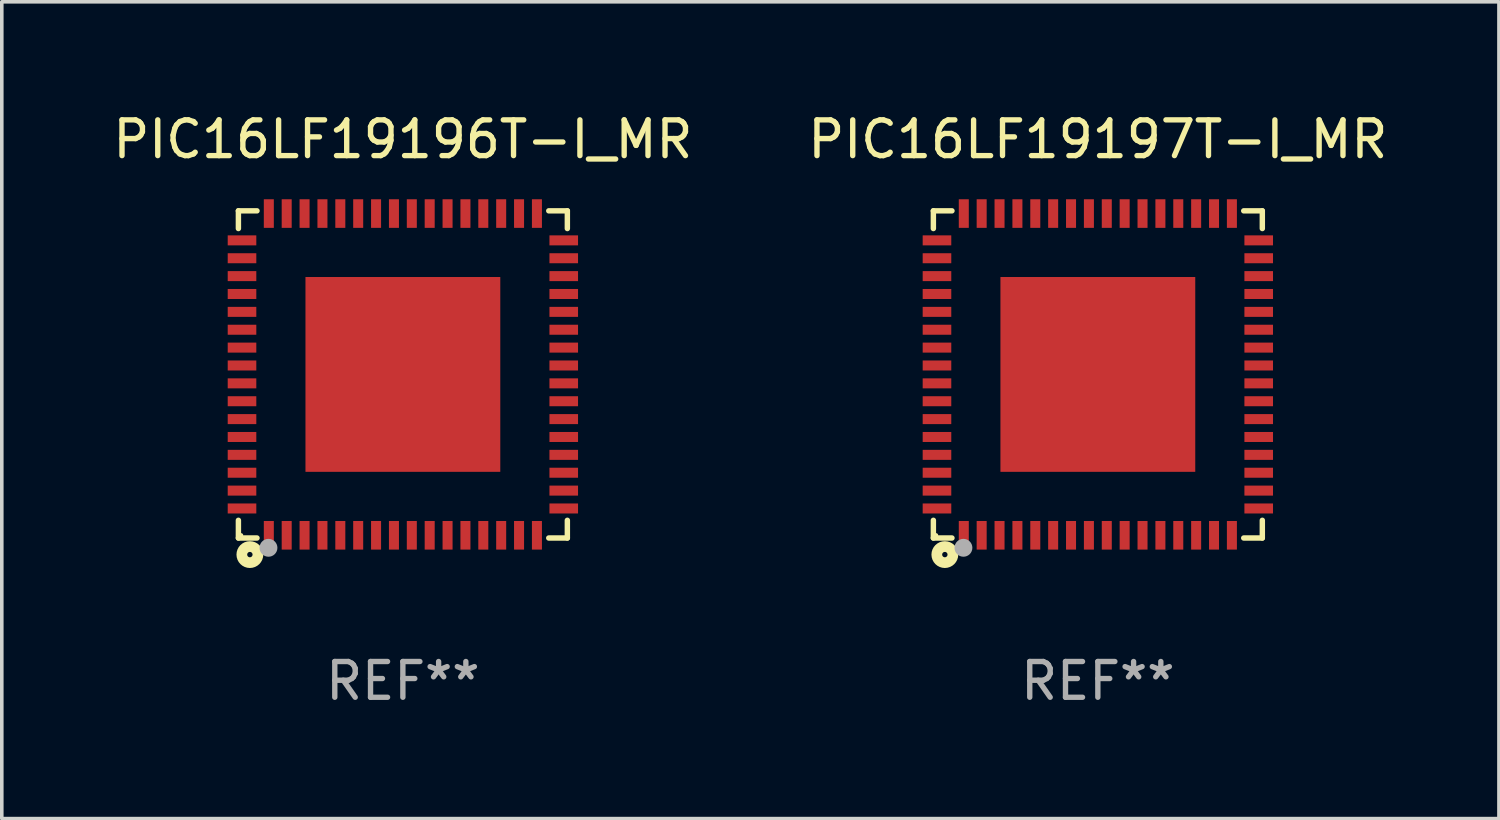
<source format=kicad_pcb>
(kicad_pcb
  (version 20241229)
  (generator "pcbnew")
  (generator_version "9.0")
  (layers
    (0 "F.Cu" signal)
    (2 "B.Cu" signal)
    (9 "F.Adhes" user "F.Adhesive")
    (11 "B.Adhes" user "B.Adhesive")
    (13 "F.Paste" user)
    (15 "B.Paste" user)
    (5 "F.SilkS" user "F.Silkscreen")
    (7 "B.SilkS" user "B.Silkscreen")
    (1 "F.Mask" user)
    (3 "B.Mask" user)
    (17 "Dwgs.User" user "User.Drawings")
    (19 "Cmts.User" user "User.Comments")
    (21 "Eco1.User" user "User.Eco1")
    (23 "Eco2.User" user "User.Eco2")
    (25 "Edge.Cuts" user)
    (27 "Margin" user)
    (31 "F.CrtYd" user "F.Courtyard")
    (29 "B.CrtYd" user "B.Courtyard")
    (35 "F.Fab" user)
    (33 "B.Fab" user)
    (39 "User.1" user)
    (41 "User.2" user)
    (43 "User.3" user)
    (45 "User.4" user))
  (footprint "PIC16LF19197T-I_MR"
    (layer "F.Cu")
    (at 27.661 7.424)
    (property "Reference" "PIC16LF19197T-I_MR" (at 0 -6.576 0) (layer "F.SilkS") (effects (font (size 1 1) (thickness 0.15))))
    (attr through_hole)
    (fp_line (start -4.601 -4.576) (end -4.081 -4.576) (stroke (width 0.152) (type solid)) (layer "F.SilkS"))
    (fp_line (start -4.601 -4.081) (end -4.601 -4.576) (stroke (width 0.152) (type solid)) (layer "F.SilkS"))
    (fp_line (start -4.601 4.081) (end -4.601 4.576) (stroke (width 0.152) (type solid)) (layer "F.SilkS"))
    (fp_line (start -4.601 4.576) (end -4.081 4.576) (stroke (width 0.152) (type solid)) (layer "F.SilkS"))
    (fp_line (start 4.601 -4.576) (end 4.081 -4.576) (stroke (width 0.152) (type solid)) (layer "F.SilkS"))
    (fp_line (start 4.601 -4.081) (end 4.601 -4.576) (stroke (width 0.152) (type solid)) (layer "F.SilkS"))
    (fp_line (start 4.601 4.081) (end 4.601 4.576) (stroke (width 0.152) (type solid)) (layer "F.SilkS"))
    (fp_line (start 4.601 4.576) (end 4.081 4.576) (stroke (width 0.152) (type solid)) (layer "F.SilkS"))
    (fp_circle (center -4.525 4.5) (end -4.495 4.5) (stroke (width 0.06) (type solid)) (fill no) (layer "F.SilkS"))
    (fp_circle (center -4.28 5.04) (end -4.205 5.04) (stroke (width 0.3) (type solid)) (fill no) (layer "F.SilkS"))
    (fp_circle (center -3.76 4.85) (end -3.635 4.85) (stroke (width 0.25) (type solid)) (fill no) (layer "F.Fab"))
    (fp_text user "REF**" (at 0 8.576 0) (layer "F.Fab") (effects (font (size 1 1) (thickness 0.15))))
    (pad "1" smd rect (at -3.75 4.5) (size 0.28 0.8) (layers "F.Cu" "F.Mask" "F.Paste"))
    (pad "2" smd rect (at -3.25 4.5) (size 0.28 0.8) (layers "F.Cu" "F.Mask" "F.Paste"))
    (pad "3" smd rect (at -2.75 4.5) (size 0.28 0.8) (layers "F.Cu" "F.Mask" "F.Paste"))
    (pad "4" smd rect (at -2.25 4.5) (size 0.28 0.8) (layers "F.Cu" "F.Mask" "F.Paste"))
    (pad "5" smd rect (at -1.75 4.5) (size 0.28 0.8) (layers "F.Cu" "F.Mask" "F.Paste"))
    (pad "6" smd rect (at -1.25 4.5) (size 0.28 0.8) (layers "F.Cu" "F.Mask" "F.Paste"))
    (pad "7" smd rect (at -0.75 4.5) (size 0.28 0.8) (layers "F.Cu" "F.Mask" "F.Paste"))
    (pad "8" smd rect (at -0.25 4.5) (size 0.28 0.8) (layers "F.Cu" "F.Mask" "F.Paste"))
    (pad "9" smd rect (at 0.25 4.5) (size 0.28 0.8) (layers "F.Cu" "F.Mask" "F.Paste"))
    (pad "10" smd rect (at 0.75 4.5) (size 0.28 0.8) (layers "F.Cu" "F.Mask" "F.Paste"))
    (pad "11" smd rect (at 1.25 4.5) (size 0.28 0.8) (layers "F.Cu" "F.Mask" "F.Paste"))
    (pad "12" smd rect (at 1.75 4.5) (size 0.28 0.8) (layers "F.Cu" "F.Mask" "F.Paste"))
    (pad "13" smd rect (at 2.25 4.5) (size 0.28 0.8) (layers "F.Cu" "F.Mask" "F.Paste"))
    (pad "14" smd rect (at 2.75 4.5) (size 0.28 0.8) (layers "F.Cu" "F.Mask" "F.Paste"))
    (pad "15" smd rect (at 3.25 4.5) (size 0.28 0.8) (layers "F.Cu" "F.Mask" "F.Paste"))
    (pad "16" smd rect (at 3.75 4.5) (size 0.28 0.8) (layers "F.Cu" "F.Mask" "F.Paste"))
    (pad "17" smd rect (at 4.5 3.75) (size 0.8 0.28) (layers "F.Cu" "F.Mask" "F.Paste"))
    (pad "18" smd rect (at 4.5 3.25) (size 0.8 0.28) (layers "F.Cu" "F.Mask" "F.Paste"))
    (pad "19" smd rect (at 4.5 2.75) (size 0.8 0.28) (layers "F.Cu" "F.Mask" "F.Paste"))
    (pad "20" smd rect (at 4.5 2.25) (size 0.8 0.28) (layers "F.Cu" "F.Mask" "F.Paste"))
    (pad "21" smd rect (at 4.5 1.75) (size 0.8 0.28) (layers "F.Cu" "F.Mask" "F.Paste"))
    (pad "22" smd rect (at 4.5 1.25) (size 0.8 0.28) (layers "F.Cu" "F.Mask" "F.Paste"))
    (pad "23" smd rect (at 4.5 0.75) (size 0.8 0.28) (layers "F.Cu" "F.Mask" "F.Paste"))
    (pad "24" smd rect (at 4.5 0.25) (size 0.8 0.28) (layers "F.Cu" "F.Mask" "F.Paste"))
    (pad "25" smd rect (at 4.5 -0.25) (size 0.8 0.28) (layers "F.Cu" "F.Mask" "F.Paste"))
    (pad "26" smd rect (at 4.5 -0.75) (size 0.8 0.28) (layers "F.Cu" "F.Mask" "F.Paste"))
    (pad "27" smd rect (at 4.5 -1.25) (size 0.8 0.28) (layers "F.Cu" "F.Mask" "F.Paste"))
    (pad "28" smd rect (at 4.5 -1.75) (size 0.8 0.28) (layers "F.Cu" "F.Mask" "F.Paste"))
    (pad "29" smd rect (at 4.5 -2.25) (size 0.8 0.28) (layers "F.Cu" "F.Mask" "F.Paste"))
    (pad "30" smd rect (at 4.5 -2.75) (size 0.8 0.28) (layers "F.Cu" "F.Mask" "F.Paste"))
    (pad "31" smd rect (at 4.5 -3.25) (size 0.8 0.28) (layers "F.Cu" "F.Mask" "F.Paste"))
    (pad "32" smd rect (at 4.5 -3.75) (size 0.8 0.28) (layers "F.Cu" "F.Mask" "F.Paste"))
    (pad "33" smd rect (at 3.75 -4.5) (size 0.28 0.8) (layers "F.Cu" "F.Mask" "F.Paste"))
    (pad "34" smd rect (at 3.25 -4.5) (size 0.28 0.8) (layers "F.Cu" "F.Mask" "F.Paste"))
    (pad "35" smd rect (at 2.75 -4.5) (size 0.28 0.8) (layers "F.Cu" "F.Mask" "F.Paste"))
    (pad "36" smd rect (at 2.25 -4.5) (size 0.28 0.8) (layers "F.Cu" "F.Mask" "F.Paste"))
    (pad "37" smd rect (at 1.75 -4.5) (size 0.28 0.8) (layers "F.Cu" "F.Mask" "F.Paste"))
    (pad "38" smd rect (at 1.25 -4.5) (size 0.28 0.8) (layers "F.Cu" "F.Mask" "F.Paste"))
    (pad "39" smd rect (at 0.75 -4.5) (size 0.28 0.8) (layers "F.Cu" "F.Mask" "F.Paste"))
    (pad "40" smd rect (at 0.25 -4.5) (size 0.28 0.8) (layers "F.Cu" "F.Mask" "F.Paste"))
    (pad "41" smd rect (at -0.25 -4.5) (size 0.28 0.8) (layers "F.Cu" "F.Mask" "F.Paste"))
    (pad "42" smd rect (at -0.75 -4.5) (size 0.28 0.8) (layers "F.Cu" "F.Mask" "F.Paste"))
    (pad "43" smd rect (at -1.25 -4.5) (size 0.28 0.8) (layers "F.Cu" "F.Mask" "F.Paste"))
    (pad "44" smd rect (at -1.75 -4.5) (size 0.28 0.8) (layers "F.Cu" "F.Mask" "F.Paste"))
    (pad "45" smd rect (at -2.25 -4.5) (size 0.28 0.8) (layers "F.Cu" "F.Mask" "F.Paste"))
    (pad "46" smd rect (at -2.75 -4.5) (size 0.28 0.8) (layers "F.Cu" "F.Mask" "F.Paste"))
    (pad "47" smd rect (at -3.25 -4.5) (size 0.28 0.8) (layers "F.Cu" "F.Mask" "F.Paste"))
    (pad "48" smd rect (at -3.75 -4.5) (size 0.28 0.8) (layers "F.Cu" "F.Mask" "F.Paste"))
    (pad "49" smd rect (at -4.5 -3.75) (size 0.8 0.28) (layers "F.Cu" "F.Mask" "F.Paste"))
    (pad "50" smd rect (at -4.5 -3.25) (size 0.8 0.28) (layers "F.Cu" "F.Mask" "F.Paste"))
    (pad "51" smd rect (at -4.5 -2.75) (size 0.8 0.28) (layers "F.Cu" "F.Mask" "F.Paste"))
    (pad "52" smd rect (at -4.5 -2.25) (size 0.8 0.28) (layers "F.Cu" "F.Mask" "F.Paste"))
    (pad "53" smd rect (at -4.5 -1.75) (size 0.8 0.28) (layers "F.Cu" "F.Mask" "F.Paste"))
    (pad "54" smd rect (at -4.5 -1.25) (size 0.8 0.28) (layers "F.Cu" "F.Mask" "F.Paste"))
    (pad "55" smd rect (at -4.5 -0.75) (size 0.8 0.28) (layers "F.Cu" "F.Mask" "F.Paste"))
    (pad "56" smd rect (at -4.5 -0.25) (size 0.8 0.28) (layers "F.Cu" "F.Mask" "F.Paste"))
    (pad "57" smd rect (at -4.5 0.25) (size 0.8 0.28) (layers "F.Cu" "F.Mask" "F.Paste"))
    (pad "58" smd rect (at -4.5 0.75) (size 0.8 0.28) (layers "F.Cu" "F.Mask" "F.Paste"))
    (pad "59" smd rect (at -4.5 1.25) (size 0.8 0.28) (layers "F.Cu" "F.Mask" "F.Paste"))
    (pad "60" smd rect (at -4.5 1.75) (size 0.8 0.28) (layers "F.Cu" "F.Mask" "F.Paste"))
    (pad "61" smd rect (at -4.5 2.25) (size 0.8 0.28) (layers "F.Cu" "F.Mask" "F.Paste"))
    (pad "62" smd rect (at -4.5 2.75) (size 0.8 0.28) (layers "F.Cu" "F.Mask" "F.Paste"))
    (pad "63" smd rect (at -4.5 3.25) (size 0.8 0.28) (layers "F.Cu" "F.Mask" "F.Paste"))
    (pad "64" smd rect (at -4.5 3.75) (size 0.8 0.28) (layers "F.Cu" "F.Mask" "F.Paste"))
    (pad "65" smd rect (at 0 0) (size 5.45 5.45) (layers "F.Cu" "F.Mask" "F.Paste")))
  (footprint "PIC16LF19196T-I_MR"
    (layer "F.Cu")
    (at 8.22 7.424)
    (property "Reference" "PIC16LF19196T-I_MR" (at 0 -6.576 0) (layer "F.SilkS") (effects (font (size 1 1) (thickness 0.15))))
    (attr through_hole)
    (fp_line (start -4.601 -4.576) (end -4.081 -4.576) (stroke (width 0.152) (type solid)) (layer "F.SilkS"))
    (fp_line (start -4.601 -4.081) (end -4.601 -4.576) (stroke (width 0.152) (type solid)) (layer "F.SilkS"))
    (fp_line (start -4.601 4.081) (end -4.601 4.576) (stroke (width 0.152) (type solid)) (layer "F.SilkS"))
    (fp_line (start -4.601 4.576) (end -4.081 4.576) (stroke (width 0.152) (type solid)) (layer "F.SilkS"))
    (fp_line (start 4.601 -4.576) (end 4.081 -4.576) (stroke (width 0.152) (type solid)) (layer "F.SilkS"))
    (fp_line (start 4.601 -4.081) (end 4.601 -4.576) (stroke (width 0.152) (type solid)) (layer "F.SilkS"))
    (fp_line (start 4.601 4.081) (end 4.601 4.576) (stroke (width 0.152) (type solid)) (layer "F.SilkS"))
    (fp_line (start 4.601 4.576) (end 4.081 4.576) (stroke (width 0.152) (type solid)) (layer "F.SilkS"))
    (fp_circle (center -4.525 4.5) (end -4.495 4.5) (stroke (width 0.06) (type solid)) (fill no) (layer "F.SilkS"))
    (fp_circle (center -4.28 5.04) (end -4.205 5.04) (stroke (width 0.3) (type solid)) (fill no) (layer "F.SilkS"))
    (fp_circle (center -3.76 4.85) (end -3.635 4.85) (stroke (width 0.25) (type solid)) (fill no) (layer "F.Fab"))
    (fp_text user "REF**" (at 0 8.576 0) (layer "F.Fab") (effects (font (size 1 1) (thickness 0.15))))
    (pad "1" smd rect (at -3.75 4.5) (size 0.28 0.8) (layers "F.Cu" "F.Mask" "F.Paste"))
    (pad "2" smd rect (at -3.25 4.5) (size 0.28 0.8) (layers "F.Cu" "F.Mask" "F.Paste"))
    (pad "3" smd rect (at -2.75 4.5) (size 0.28 0.8) (layers "F.Cu" "F.Mask" "F.Paste"))
    (pad "4" smd rect (at -2.25 4.5) (size 0.28 0.8) (layers "F.Cu" "F.Mask" "F.Paste"))
    (pad "5" smd rect (at -1.75 4.5) (size 0.28 0.8) (layers "F.Cu" "F.Mask" "F.Paste"))
    (pad "6" smd rect (at -1.25 4.5) (size 0.28 0.8) (layers "F.Cu" "F.Mask" "F.Paste"))
    (pad "7" smd rect (at -0.75 4.5) (size 0.28 0.8) (layers "F.Cu" "F.Mask" "F.Paste"))
    (pad "8" smd rect (at -0.25 4.5) (size 0.28 0.8) (layers "F.Cu" "F.Mask" "F.Paste"))
    (pad "9" smd rect (at 0.25 4.5) (size 0.28 0.8) (layers "F.Cu" "F.Mask" "F.Paste"))
    (pad "10" smd rect (at 0.75 4.5) (size 0.28 0.8) (layers "F.Cu" "F.Mask" "F.Paste"))
    (pad "11" smd rect (at 1.25 4.5) (size 0.28 0.8) (layers "F.Cu" "F.Mask" "F.Paste"))
    (pad "12" smd rect (at 1.75 4.5) (size 0.28 0.8) (layers "F.Cu" "F.Mask" "F.Paste"))
    (pad "13" smd rect (at 2.25 4.5) (size 0.28 0.8) (layers "F.Cu" "F.Mask" "F.Paste"))
    (pad "14" smd rect (at 2.75 4.5) (size 0.28 0.8) (layers "F.Cu" "F.Mask" "F.Paste"))
    (pad "15" smd rect (at 3.25 4.5) (size 0.28 0.8) (layers "F.Cu" "F.Mask" "F.Paste"))
    (pad "16" smd rect (at 3.75 4.5) (size 0.28 0.8) (layers "F.Cu" "F.Mask" "F.Paste"))
    (pad "17" smd rect (at 4.5 3.75) (size 0.8 0.28) (layers "F.Cu" "F.Mask" "F.Paste"))
    (pad "18" smd rect (at 4.5 3.25) (size 0.8 0.28) (layers "F.Cu" "F.Mask" "F.Paste"))
    (pad "19" smd rect (at 4.5 2.75) (size 0.8 0.28) (layers "F.Cu" "F.Mask" "F.Paste"))
    (pad "20" smd rect (at 4.5 2.25) (size 0.8 0.28) (layers "F.Cu" "F.Mask" "F.Paste"))
    (pad "21" smd rect (at 4.5 1.75) (size 0.8 0.28) (layers "F.Cu" "F.Mask" "F.Paste"))
    (pad "22" smd rect (at 4.5 1.25) (size 0.8 0.28) (layers "F.Cu" "F.Mask" "F.Paste"))
    (pad "23" smd rect (at 4.5 0.75) (size 0.8 0.28) (layers "F.Cu" "F.Mask" "F.Paste"))
    (pad "24" smd rect (at 4.5 0.25) (size 0.8 0.28) (layers "F.Cu" "F.Mask" "F.Paste"))
    (pad "25" smd rect (at 4.5 -0.25) (size 0.8 0.28) (layers "F.Cu" "F.Mask" "F.Paste"))
    (pad "26" smd rect (at 4.5 -0.75) (size 0.8 0.28) (layers "F.Cu" "F.Mask" "F.Paste"))
    (pad "27" smd rect (at 4.5 -1.25) (size 0.8 0.28) (layers "F.Cu" "F.Mask" "F.Paste"))
    (pad "28" smd rect (at 4.5 -1.75) (size 0.8 0.28) (layers "F.Cu" "F.Mask" "F.Paste"))
    (pad "29" smd rect (at 4.5 -2.25) (size 0.8 0.28) (layers "F.Cu" "F.Mask" "F.Paste"))
    (pad "30" smd rect (at 4.5 -2.75) (size 0.8 0.28) (layers "F.Cu" "F.Mask" "F.Paste"))
    (pad "31" smd rect (at 4.5 -3.25) (size 0.8 0.28) (layers "F.Cu" "F.Mask" "F.Paste"))
    (pad "32" smd rect (at 4.5 -3.75) (size 0.8 0.28) (layers "F.Cu" "F.Mask" "F.Paste"))
    (pad "33" smd rect (at 3.75 -4.5) (size 0.28 0.8) (layers "F.Cu" "F.Mask" "F.Paste"))
    (pad "34" smd rect (at 3.25 -4.5) (size 0.28 0.8) (layers "F.Cu" "F.Mask" "F.Paste"))
    (pad "35" smd rect (at 2.75 -4.5) (size 0.28 0.8) (layers "F.Cu" "F.Mask" "F.Paste"))
    (pad "36" smd rect (at 2.25 -4.5) (size 0.28 0.8) (layers "F.Cu" "F.Mask" "F.Paste"))
    (pad "37" smd rect (at 1.75 -4.5) (size 0.28 0.8) (layers "F.Cu" "F.Mask" "F.Paste"))
    (pad "38" smd rect (at 1.25 -4.5) (size 0.28 0.8) (layers "F.Cu" "F.Mask" "F.Paste"))
    (pad "39" smd rect (at 0.75 -4.5) (size 0.28 0.8) (layers "F.Cu" "F.Mask" "F.Paste"))
    (pad "40" smd rect (at 0.25 -4.5) (size 0.28 0.8) (layers "F.Cu" "F.Mask" "F.Paste"))
    (pad "41" smd rect (at -0.25 -4.5) (size 0.28 0.8) (layers "F.Cu" "F.Mask" "F.Paste"))
    (pad "42" smd rect (at -0.75 -4.5) (size 0.28 0.8) (layers "F.Cu" "F.Mask" "F.Paste"))
    (pad "43" smd rect (at -1.25 -4.5) (size 0.28 0.8) (layers "F.Cu" "F.Mask" "F.Paste"))
    (pad "44" smd rect (at -1.75 -4.5) (size 0.28 0.8) (layers "F.Cu" "F.Mask" "F.Paste"))
    (pad "45" smd rect (at -2.25 -4.5) (size 0.28 0.8) (layers "F.Cu" "F.Mask" "F.Paste"))
    (pad "46" smd rect (at -2.75 -4.5) (size 0.28 0.8) (layers "F.Cu" "F.Mask" "F.Paste"))
    (pad "47" smd rect (at -3.25 -4.5) (size 0.28 0.8) (layers "F.Cu" "F.Mask" "F.Paste"))
    (pad "48" smd rect (at -3.75 -4.5) (size 0.28 0.8) (layers "F.Cu" "F.Mask" "F.Paste"))
    (pad "49" smd rect (at -4.5 -3.75) (size 0.8 0.28) (layers "F.Cu" "F.Mask" "F.Paste"))
    (pad "50" smd rect (at -4.5 -3.25) (size 0.8 0.28) (layers "F.Cu" "F.Mask" "F.Paste"))
    (pad "51" smd rect (at -4.5 -2.75) (size 0.8 0.28) (layers "F.Cu" "F.Mask" "F.Paste"))
    (pad "52" smd rect (at -4.5 -2.25) (size 0.8 0.28) (layers "F.Cu" "F.Mask" "F.Paste"))
    (pad "53" smd rect (at -4.5 -1.75) (size 0.8 0.28) (layers "F.Cu" "F.Mask" "F.Paste"))
    (pad "54" smd rect (at -4.5 -1.25) (size 0.8 0.28) (layers "F.Cu" "F.Mask" "F.Paste"))
    (pad "55" smd rect (at -4.5 -0.75) (size 0.8 0.28) (layers "F.Cu" "F.Mask" "F.Paste"))
    (pad "56" smd rect (at -4.5 -0.25) (size 0.8 0.28) (layers "F.Cu" "F.Mask" "F.Paste"))
    (pad "57" smd rect (at -4.5 0.25) (size 0.8 0.28) (layers "F.Cu" "F.Mask" "F.Paste"))
    (pad "58" smd rect (at -4.5 0.75) (size 0.8 0.28) (layers "F.Cu" "F.Mask" "F.Paste"))
    (pad "59" smd rect (at -4.5 1.25) (size 0.8 0.28) (layers "F.Cu" "F.Mask" "F.Paste"))
    (pad "60" smd rect (at -4.5 1.75) (size 0.8 0.28) (layers "F.Cu" "F.Mask" "F.Paste"))
    (pad "61" smd rect (at -4.5 2.25) (size 0.8 0.28) (layers "F.Cu" "F.Mask" "F.Paste"))
    (pad "62" smd rect (at -4.5 2.75) (size 0.8 0.28) (layers "F.Cu" "F.Mask" "F.Paste"))
    (pad "63" smd rect (at -4.5 3.25) (size 0.8 0.28) (layers "F.Cu" "F.Mask" "F.Paste"))
    (pad "64" smd rect (at -4.5 3.75) (size 0.8 0.28) (layers "F.Cu" "F.Mask" "F.Paste"))
    (pad "65" smd rect (at 0 0) (size 5.45 5.45) (layers "F.Cu" "F.Mask" "F.Paste")))
  (gr_rect
    (start -3 -3)
    (end 38.881 19.849)
    (stroke (width 0.1) (type default))
    (fill no)
    (layer "Edge.Cuts")))
</source>
